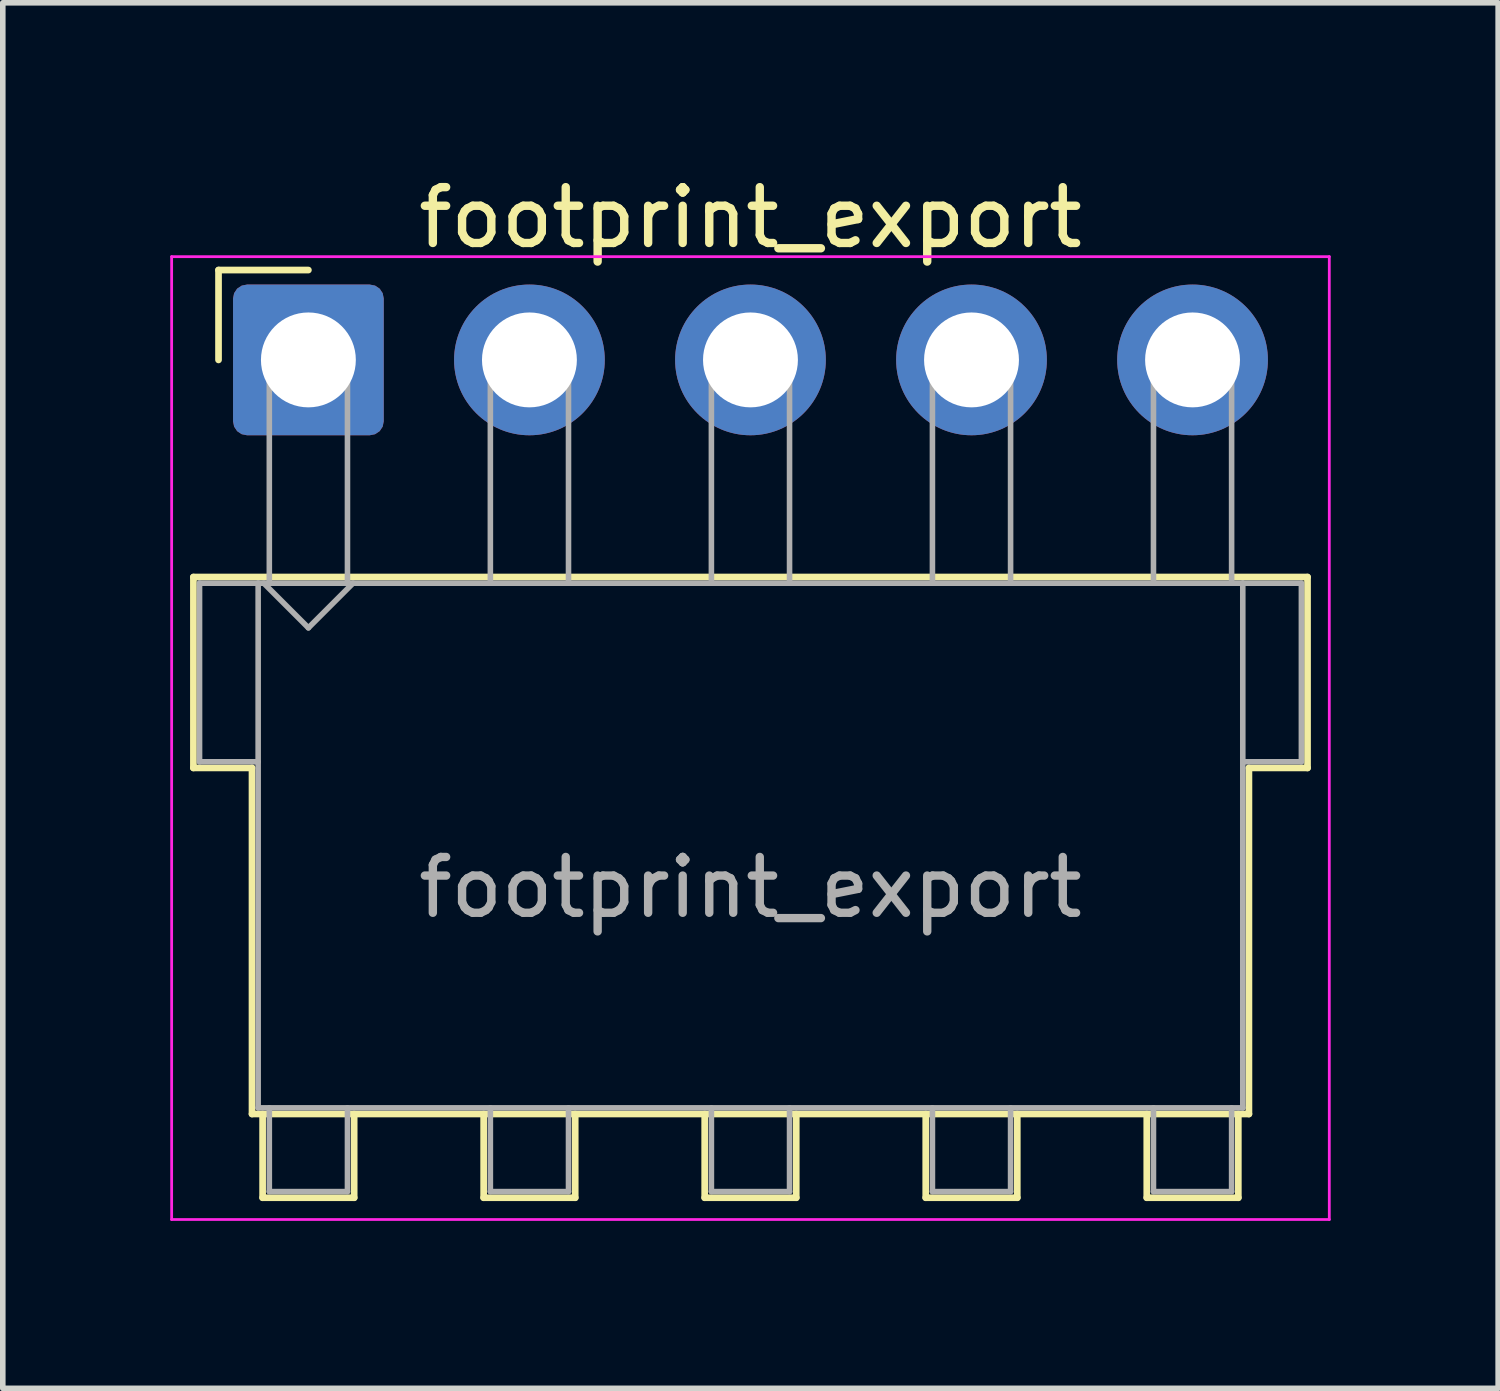
<source format=kicad_pcb>
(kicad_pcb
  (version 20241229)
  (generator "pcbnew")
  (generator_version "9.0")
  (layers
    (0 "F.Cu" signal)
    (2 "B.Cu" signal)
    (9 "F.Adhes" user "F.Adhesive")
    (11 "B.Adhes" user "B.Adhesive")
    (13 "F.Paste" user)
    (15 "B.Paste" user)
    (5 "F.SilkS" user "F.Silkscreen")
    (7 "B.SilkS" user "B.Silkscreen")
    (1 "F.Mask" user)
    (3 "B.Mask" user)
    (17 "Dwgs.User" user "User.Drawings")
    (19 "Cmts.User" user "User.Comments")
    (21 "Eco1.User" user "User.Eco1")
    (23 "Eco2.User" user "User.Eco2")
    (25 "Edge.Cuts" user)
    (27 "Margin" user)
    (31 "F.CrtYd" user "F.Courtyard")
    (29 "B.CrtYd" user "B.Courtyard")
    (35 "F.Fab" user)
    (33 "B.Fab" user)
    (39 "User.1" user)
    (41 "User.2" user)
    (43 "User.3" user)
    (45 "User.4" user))
  (footprint "footprint_export"
    (layer "F.Cu")
    (at 2.475 3.398)
    (property "Reference" "footprint_export" (at 7.92 -2.55 0) (layer "F.SilkS") (effects (font (size 1 1) (thickness 0.15))))
    (attr through_hole)
    (fp_line (start -2.06 3.89) (end 17.9 3.89) (stroke (width 0.12) (type solid)) (layer "F.SilkS"))
    (fp_line (start -2.06 7.31) (end -2.06 3.89) (stroke (width 0.12) (type solid)) (layer "F.SilkS"))
    (fp_line (start -1.61 -1.61) (end -1.61 0) (stroke (width 0.12) (type solid)) (layer "F.SilkS"))
    (fp_line (start -1.01 7.31) (end -2.06 7.31) (stroke (width 0.12) (type solid)) (layer "F.SilkS"))
    (fp_line (start -1.01 13.51) (end -1.01 7.31) (stroke (width 0.12) (type solid)) (layer "F.SilkS"))
    (fp_line (start -0.82 13.51) (end -0.82 15.01) (stroke (width 0.12) (type solid)) (layer "F.SilkS"))
    (fp_line (start -0.82 15.01) (end 0.82 15.01) (stroke (width 0.12) (type solid)) (layer "F.SilkS"))
    (fp_line (start 0 -1.61) (end -1.61 -1.61) (stroke (width 0.12) (type solid)) (layer "F.SilkS"))
    (fp_line (start 0.82 15.01) (end 0.82 13.51) (stroke (width 0.12) (type solid)) (layer "F.SilkS"))
    (fp_line (start 3.14 13.51) (end 3.14 15.01) (stroke (width 0.12) (type solid)) (layer "F.SilkS"))
    (fp_line (start 3.14 15.01) (end 4.78 15.01) (stroke (width 0.12) (type solid)) (layer "F.SilkS"))
    (fp_line (start 4.78 15.01) (end 4.78 13.51) (stroke (width 0.12) (type solid)) (layer "F.SilkS"))
    (fp_line (start 7.1 13.51) (end 7.1 15.01) (stroke (width 0.12) (type solid)) (layer "F.SilkS"))
    (fp_line (start 7.1 15.01) (end 8.74 15.01) (stroke (width 0.12) (type solid)) (layer "F.SilkS"))
    (fp_line (start 8.74 15.01) (end 8.74 13.51) (stroke (width 0.12) (type solid)) (layer "F.SilkS"))
    (fp_line (start 11.06 13.51) (end 11.06 15.01) (stroke (width 0.12) (type solid)) (layer "F.SilkS"))
    (fp_line (start 11.06 15.01) (end 12.7 15.01) (stroke (width 0.12) (type solid)) (layer "F.SilkS"))
    (fp_line (start 12.7 15.01) (end 12.7 13.51) (stroke (width 0.12) (type solid)) (layer "F.SilkS"))
    (fp_line (start 15.02 13.51) (end 15.02 15.01) (stroke (width 0.12) (type solid)) (layer "F.SilkS"))
    (fp_line (start 15.02 15.01) (end 16.66 15.01) (stroke (width 0.12) (type solid)) (layer "F.SilkS"))
    (fp_line (start 16.66 15.01) (end 16.66 13.51) (stroke (width 0.12) (type solid)) (layer "F.SilkS"))
    (fp_line (start 16.85 7.31) (end 16.85 13.51) (stroke (width 0.12) (type solid)) (layer "F.SilkS"))
    (fp_line (start 16.85 13.51) (end -1.01 13.51) (stroke (width 0.12) (type solid)) (layer "F.SilkS"))
    (fp_line (start 17.9 3.89) (end 17.9 7.31) (stroke (width 0.12) (type solid)) (layer "F.SilkS"))
    (fp_line (start 17.9 7.31) (end 16.85 7.31) (stroke (width 0.12) (type solid)) (layer "F.SilkS"))
    (fp_line (start -2.45 -1.85) (end -2.45 15.4) (stroke (width 0.05) (type solid)) (layer "F.CrtYd"))
    (fp_line (start -2.45 15.4) (end 18.29 15.4) (stroke (width 0.05) (type solid)) (layer "F.CrtYd"))
    (fp_line (start 18.29 -1.85) (end -2.45 -1.85) (stroke (width 0.05) (type solid)) (layer "F.CrtYd"))
    (fp_line (start 18.29 15.4) (end 18.29 -1.85) (stroke (width 0.05) (type solid)) (layer "F.CrtYd"))
    (fp_line (start -1.95 4) (end -0.9 4) (stroke (width 0.1) (type solid)) (layer "F.Fab"))
    (fp_line (start -1.95 7.2) (end -1.95 4) (stroke (width 0.1) (type solid)) (layer "F.Fab"))
    (fp_line (start -0.9 4) (end -0.9 13.4) (stroke (width 0.1) (type solid)) (layer "F.Fab"))
    (fp_line (start -0.9 7.2) (end -1.95 7.2) (stroke (width 0.1) (type solid)) (layer "F.Fab"))
    (fp_line (start -0.9 13.4) (end 16.74 13.4) (stroke (width 0.1) (type solid)) (layer "F.Fab"))
    (fp_line (start -0.8 4) (end 0 4.8) (stroke (width 0.1) (type solid)) (layer "F.Fab"))
    (fp_line (start -0.7 0) (end 0.7 0) (stroke (width 0.1) (type solid)) (layer "F.Fab"))
    (fp_line (start -0.7 4) (end -0.7 0) (stroke (width 0.1) (type solid)) (layer "F.Fab"))
    (fp_line (start -0.7 13.4) (end -0.7 14.9) (stroke (width 0.1) (type solid)) (layer "F.Fab"))
    (fp_line (start -0.7 14.9) (end 0.7 14.9) (stroke (width 0.1) (type solid)) (layer "F.Fab"))
    (fp_line (start 0 4.8) (end 0.8 4) (stroke (width 0.1) (type solid)) (layer "F.Fab"))
    (fp_line (start 0.7 0) (end 0.7 4) (stroke (width 0.1) (type solid)) (layer "F.Fab"))
    (fp_line (start 0.7 14.9) (end 0.7 13.4) (stroke (width 0.1) (type solid)) (layer "F.Fab"))
    (fp_line (start 3.26 0) (end 4.66 0) (stroke (width 0.1) (type solid)) (layer "F.Fab"))
    (fp_line (start 3.26 4) (end 3.26 0) (stroke (width 0.1) (type solid)) (layer "F.Fab"))
    (fp_line (start 3.26 13.4) (end 3.26 14.9) (stroke (width 0.1) (type solid)) (layer "F.Fab"))
    (fp_line (start 3.26 14.9) (end 4.66 14.9) (stroke (width 0.1) (type solid)) (layer "F.Fab"))
    (fp_line (start 4.66 0) (end 4.66 4) (stroke (width 0.1) (type solid)) (layer "F.Fab"))
    (fp_line (start 4.66 14.9) (end 4.66 13.4) (stroke (width 0.1) (type solid)) (layer "F.Fab"))
    (fp_line (start 7.22 0) (end 8.62 0) (stroke (width 0.1) (type solid)) (layer "F.Fab"))
    (fp_line (start 7.22 4) (end 7.22 0) (stroke (width 0.1) (type solid)) (layer "F.Fab"))
    (fp_line (start 7.22 13.4) (end 7.22 14.9) (stroke (width 0.1) (type solid)) (layer "F.Fab"))
    (fp_line (start 7.22 14.9) (end 8.62 14.9) (stroke (width 0.1) (type solid)) (layer "F.Fab"))
    (fp_line (start 8.62 0) (end 8.62 4) (stroke (width 0.1) (type solid)) (layer "F.Fab"))
    (fp_line (start 8.62 14.9) (end 8.62 13.4) (stroke (width 0.1) (type solid)) (layer "F.Fab"))
    (fp_line (start 11.18 0) (end 12.58 0) (stroke (width 0.1) (type solid)) (layer "F.Fab"))
    (fp_line (start 11.18 4) (end 11.18 0) (stroke (width 0.1) (type solid)) (layer "F.Fab"))
    (fp_line (start 11.18 13.4) (end 11.18 14.9) (stroke (width 0.1) (type solid)) (layer "F.Fab"))
    (fp_line (start 11.18 14.9) (end 12.58 14.9) (stroke (width 0.1) (type solid)) (layer "F.Fab"))
    (fp_line (start 12.58 0) (end 12.58 4) (stroke (width 0.1) (type solid)) (layer "F.Fab"))
    (fp_line (start 12.58 14.9) (end 12.58 13.4) (stroke (width 0.1) (type solid)) (layer "F.Fab"))
    (fp_line (start 15.14 0) (end 16.54 0) (stroke (width 0.1) (type solid)) (layer "F.Fab"))
    (fp_line (start 15.14 4) (end 15.14 0) (stroke (width 0.1) (type solid)) (layer "F.Fab"))
    (fp_line (start 15.14 13.4) (end 15.14 14.9) (stroke (width 0.1) (type solid)) (layer "F.Fab"))
    (fp_line (start 15.14 14.9) (end 16.54 14.9) (stroke (width 0.1) (type solid)) (layer "F.Fab"))
    (fp_line (start 16.54 0) (end 16.54 4) (stroke (width 0.1) (type solid)) (layer "F.Fab"))
    (fp_line (start 16.54 14.9) (end 16.54 13.4) (stroke (width 0.1) (type solid)) (layer "F.Fab"))
    (fp_line (start 16.74 4) (end -0.9 4) (stroke (width 0.1) (type solid)) (layer "F.Fab"))
    (fp_line (start 16.74 4) (end 17.79 4) (stroke (width 0.1) (type solid)) (layer "F.Fab"))
    (fp_line (start 16.74 13.4) (end 16.74 4) (stroke (width 0.1) (type solid)) (layer "F.Fab"))
    (fp_line (start 17.79 4) (end 17.79 7.2) (stroke (width 0.1) (type solid)) (layer "F.Fab"))
    (fp_line (start 17.79 7.2) (end 16.74 7.2) (stroke (width 0.1) (type solid)) (layer "F.Fab"))
    (fp_text user "${REFERENCE}" (at 7.92 9.45 0) (layer "F.Fab") (effects (font (size 1 1) (thickness 0.15))))
    (pad "1" thru_hole roundrect (at 0 0) (size 2.7 2.7) (drill 1.7) (layers "*.Cu" "*.Mask") (roundrect_rratio 0.093))
    (pad "2" thru_hole circle (at 3.96 0) (size 2.7 2.7) (drill 1.7) (layers "*.Cu" "*.Mask"))
    (pad "3" thru_hole circle (at 7.92 0) (size 2.7 2.7) (drill 1.7) (layers "*.Cu" "*.Mask"))
    (pad "4" thru_hole circle (at 11.88 0) (size 2.7 2.7) (drill 1.7) (layers "*.Cu" "*.Mask"))
    (pad "5" thru_hole circle (at 15.84 0) (size 2.7 2.7) (drill 1.7) (layers "*.Cu" "*.Mask")))
  (gr_rect
    (start -3 -3)
    (end 23.79 21.823)
    (stroke (width 0.1) (type default))
    (fill no)
    (layer "Edge.Cuts")))
</source>
